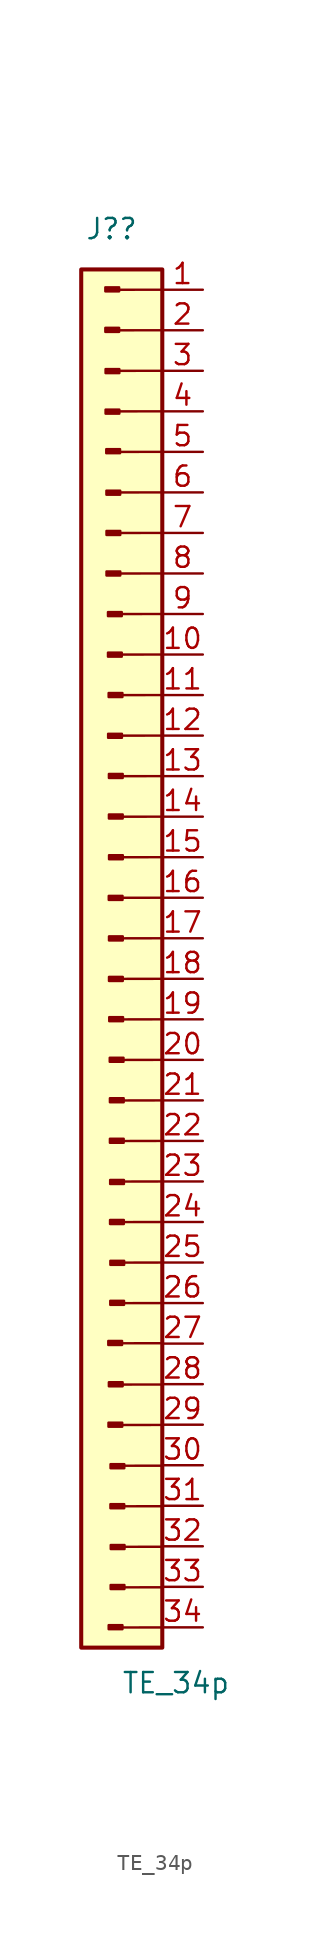
<source format=kicad_sym>
(kicad_symbol_lib
  (version 20211014)
  (generator kicad_symbol_editor)
  (symbol "TE_34p"
    (property "Reference" "J?"
      (at -3.175 3.81 0)
      (effects (font (size 1.27 1.27))))
    (property "Value" "TE_34p"
      (at 0.857 -87.307 0)
      (effects (font (size 1.27 1.27))))
    (symbol "TE_34p_0_1"
      (rectangle (start -5.08 1.27) (end 0 -85.09) (stroke (width 0.254) (type default) (color 0 0 0 0)) (fill (type background)))
      (polyline (pts (xy -0.124 -66.015) (xy -2.764 -66.018)) (stroke (width 0) (type default) (color 0 0 0 0)) (fill (type none)))
      (polyline (pts (xy -0.112 -71.136) (xy -2.752 -71.139)) (stroke (width 0) (type default) (color 0 0 0 0)) (fill (type none)))
      (polyline (pts (xy -0.1 -83.824) (xy -2.74 -83.827)) (stroke (width 0) (type default) (color 0 0 0 0)) (fill (type none)))
      (polyline (pts (xy -0.088 -68.603) (xy -2.728 -68.606)) (stroke (width 0) (type default) (color 0 0 0 0)) (fill (type none)))
      (polyline (pts (xy 0 -63.5) (xy -2.64 -63.503)) (stroke (width 0) (type default) (color 0 0 0 0)) (fill (type none)))
      (polyline (pts (xy 0 -60.96) (xy -2.64 -60.963)) (stroke (width 0) (type default) (color 0 0 0 0)) (fill (type none)))
      (polyline (pts (xy 0 -58.42) (xy -2.64 -58.423)) (stroke (width 0) (type default) (color 0 0 0 0)) (fill (type none)))
      (polyline (pts (xy 0 -55.88) (xy -2.64 -55.883)) (stroke (width 0) (type default) (color 0 0 0 0)) (fill (type none)))
      (polyline (pts (xy 0 -53.34) (xy -2.64 -53.343)) (stroke (width 0) (type default) (color 0 0 0 0)) (fill (type none)))
      (polyline (pts (xy 0 -50.8) (xy -2.64 -50.803)) (stroke (width 0) (type default) (color 0 0 0 0)) (fill (type none)))
      (polyline (pts (xy 0 -48.26) (xy -2.64 -48.263)) (stroke (width 0) (type default) (color 0 0 0 0)) (fill (type none)))
      (polyline (pts (xy 0 -45.72) (xy -2.64 -45.723)) (stroke (width 0) (type default) (color 0 0 0 0)) (fill (type none)))
      (polyline (pts (xy 0 -43.18) (xy -2.64 -43.183)) (stroke (width 0) (type default) (color 0 0 0 0)) (fill (type none)))
      (polyline (pts (xy 0 -40.64) (xy -2.64 -40.643)) (stroke (width 0) (type default) (color 0 0 0 0)) (fill (type none)))
      (polyline (pts (xy 0 -38.1) (xy -2.64 -38.103)) (stroke (width 0) (type default) (color 0 0 0 0)) (fill (type none)))
      (polyline (pts (xy 0 -35.56) (xy -2.64 -35.563)) (stroke (width 0) (type default) (color 0 0 0 0)) (fill (type none)))
      (polyline (pts (xy 0 -33.02) (xy -2.64 -33.023)) (stroke (width 0) (type default) (color 0 0 0 0)) (fill (type none)))
      (polyline (pts (xy 0 -30.48) (xy -2.64 -30.483)) (stroke (width 0) (type default) (color 0 0 0 0)) (fill (type none)))
      (polyline (pts (xy 0 -27.94) (xy -2.64 -27.943)) (stroke (width 0) (type default) (color 0 0 0 0)) (fill (type none)))
      (polyline (pts (xy 0 -25.4) (xy -2.64 -25.403)) (stroke (width 0) (type default) (color 0 0 0 0)) (fill (type none)))
      (polyline (pts (xy 0 -22.86) (xy -2.64 -22.863)) (stroke (width 0) (type default) (color 0 0 0 0)) (fill (type none)))
      (polyline (pts (xy 0 -20.32) (xy -2.64 -20.323)) (stroke (width 0) (type default) (color 0 0 0 0)) (fill (type none)))
      (polyline (pts (xy 0 -17.78) (xy -2.64 -17.783)) (stroke (width 0) (type default) (color 0 0 0 0)) (fill (type none)))
      (polyline (pts (xy 0 -15.24) (xy -2.64 -15.243)) (stroke (width 0) (type default) (color 0 0 0 0)) (fill (type none)))
      (polyline (pts (xy 0 -12.7) (xy -2.64 -12.703)) (stroke (width 0) (type default) (color 0 0 0 0)) (fill (type none)))
      (polyline (pts (xy 0 -10.16) (xy -2.64 -10.163)) (stroke (width 0) (type default) (color 0 0 0 0)) (fill (type none)))
      (polyline (pts (xy 0 -7.62) (xy -2.64 -7.623)) (stroke (width 0) (type default) (color 0 0 0 0)) (fill (type none)))
      (polyline (pts (xy 0 -5.08) (xy -2.64 -5.083)) (stroke (width 0) (type default) (color 0 0 0 0)) (fill (type none)))
      (polyline (pts (xy 0 -2.54) (xy -2.64 -2.543)) (stroke (width 0) (type default) (color 0 0 0 0)) (fill (type none)))
      (polyline (pts (xy 0 0) (xy -2.64 -0.003)) (stroke (width 0) (type default) (color 0 0 0 0)) (fill (type none)))
      (polyline (pts (xy 0.024 -81.309) (xy -2.616 -81.312)) (stroke (width 0) (type default) (color 0 0 0 0)) (fill (type none)))
      (polyline (pts (xy 0.024 -78.769) (xy -2.616 -78.772)) (stroke (width 0) (type default) (color 0 0 0 0)) (fill (type none)))
      (polyline (pts (xy 0.024 -76.229) (xy -2.616 -76.232)) (stroke (width 0) (type default) (color 0 0 0 0)) (fill (type none)))
      (polyline (pts (xy 0.024 -73.689) (xy -2.616 -73.692)) (stroke (width 0) (type default) (color 0 0 0 0)) (fill (type none))))
    (symbol "TE_34p_1_1"
      (rectangle (start -2.705 -2.389) (end -3.569 -2.643) (stroke (width 0.152) (type default) (color 0 0 0 0)) (fill (type outline)))
      (rectangle (start -2.705 0.15) (end -3.569 -0.103) (stroke (width 0.152) (type default) (color 0 0 0 0)) (fill (type outline)))
      (rectangle (start -2.691 -7.513) (end -3.554 -7.766) (stroke (width 0.152) (type default) (color 0 0 0 0)) (fill (type outline)))
      (rectangle (start -2.691 -4.973) (end -3.554 -5.226) (stroke (width 0.152) (type default) (color 0 0 0 0)) (fill (type outline)))
      (rectangle (start -2.648 -9.991) (end -3.511 -10.245) (stroke (width 0.152) (type default) (color 0 0 0 0)) (fill (type outline)))
      (rectangle (start -2.638 -12.591) (end -3.501 -12.845) (stroke (width 0.152) (type default) (color 0 0 0 0)) (fill (type outline)))
      (rectangle (start -2.633 -17.654) (end -3.496 -17.908) (stroke (width 0.152) (type default) (color 0 0 0 0)) (fill (type outline)))
      (rectangle (start -2.633 -15.114) (end -3.496 -15.368) (stroke (width 0.152) (type default) (color 0 0 0 0)) (fill (type outline)))
      (rectangle (start -2.539 -22.74) (end -3.403 -22.994) (stroke (width 0.152) (type default) (color 0 0 0 0)) (fill (type outline)))
      (rectangle (start -2.539 -20.2) (end -3.403 -20.454) (stroke (width 0.152) (type default) (color 0 0 0 0)) (fill (type outline)))
      (rectangle (start -2.53 -27.826) (end -3.394 -28.079) (stroke (width 0.152) (type default) (color 0 0 0 0)) (fill (type outline)))
      (rectangle (start -2.521 -65.872) (end -3.384 -66.126) (stroke (width 0.152) (type default) (color 0 0 0 0)) (fill (type outline)))
      (rectangle (start -2.509 -70.993) (end -3.372 -71.247) (stroke (width 0.152) (type default) (color 0 0 0 0)) (fill (type outline)))
      (rectangle (start -2.498 -25.27) (end -3.362 -25.524) (stroke (width 0.152) (type default) (color 0 0 0 0)) (fill (type outline)))
      (rectangle (start -2.497 -83.681) (end -3.36 -83.935) (stroke (width 0.152) (type default) (color 0 0 0 0)) (fill (type outline)))
      (rectangle (start -2.491 -37.983) (end -3.355 -38.237) (stroke (width 0.152) (type default) (color 0 0 0 0)) (fill (type outline)))
      (rectangle (start -2.485 -68.46) (end -3.348 -68.714) (stroke (width 0.152) (type default) (color 0 0 0 0)) (fill (type outline)))
      (rectangle (start -2.481 -32.882) (end -3.345 -33.136) (stroke (width 0.152) (type default) (color 0 0 0 0)) (fill (type outline)))
      (rectangle (start -2.481 -30.342) (end -3.345 -30.596) (stroke (width 0.152) (type default) (color 0 0 0 0)) (fill (type outline)))
      (rectangle (start -2.476 -43.061) (end -3.34 -43.315) (stroke (width 0.152) (type default) (color 0 0 0 0)) (fill (type outline)))
      (rectangle (start -2.476 -40.521) (end -3.34 -40.775) (stroke (width 0.152) (type default) (color 0 0 0 0)) (fill (type outline)))
      (rectangle (start -2.473 -35.434) (end -3.337 -35.688) (stroke (width 0.152) (type default) (color 0 0 0 0)) (fill (type outline)))
      (rectangle (start -2.46 -45.582) (end -3.324 -45.836) (stroke (width 0.152) (type default) (color 0 0 0 0)) (fill (type outline)))
      (rectangle (start -2.43 -48.127) (end -3.293 -48.381) (stroke (width 0.152) (type default) (color 0 0 0 0)) (fill (type outline)))
      (rectangle (start -2.419 -53.202) (end -3.282 -53.456) (stroke (width 0.152) (type default) (color 0 0 0 0)) (fill (type outline)))
      (rectangle (start -2.419 -50.662) (end -3.282 -50.916) (stroke (width 0.152) (type default) (color 0 0 0 0)) (fill (type outline)))
      (rectangle (start -2.41 -58.292) (end -3.274 -58.546) (stroke (width 0.152) (type default) (color 0 0 0 0)) (fill (type outline)))
      (rectangle (start -2.404 -55.785) (end -3.267 -56.039) (stroke (width 0.152) (type default) (color 0 0 0 0)) (fill (type outline)))
      (rectangle (start -2.397 -63.357) (end -3.26 -63.611) (stroke (width 0.152) (type default) (color 0 0 0 0)) (fill (type outline)))
      (rectangle (start -2.39 -60.85) (end -3.254 -61.104) (stroke (width 0.152) (type default) (color 0 0 0 0)) (fill (type outline)))
      (rectangle (start -2.386 -76.1) (end -3.25 -76.355) (stroke (width 0.152) (type default) (color 0 0 0 0)) (fill (type outline)))
      (rectangle (start -2.38 -73.594) (end -3.243 -73.848) (stroke (width 0.152) (type default) (color 0 0 0 0)) (fill (type outline)))
      (rectangle (start -2.373 -81.165) (end -3.236 -81.419) (stroke (width 0.152) (type default) (color 0 0 0 0)) (fill (type outline)))
      (rectangle (start -2.366 -78.659) (end -3.23 -78.913) (stroke (width 0.152) (type default) (color 0 0 0 0)) (fill (type outline)))
      (pin bidirectional line (at 2.54 0 180) (length 2.54) (name "" (effects (font (size 1.27 1.27)))) (number "1" (effects (font (size 1.27 1.27)))))
      (pin bidirectional line (at 2.54 -22.86 180) (length 2.54) (name "" (effects (font (size 1.27 1.27)))) (number "10" (effects (font (size 1.27 1.27)))))
      (pin bidirectional line (at 2.54 -25.4 180) (length 2.54) (name "" (effects (font (size 1.27 1.27)))) (number "11" (effects (font (size 1.27 1.27)))))
      (pin bidirectional line (at 2.54 -27.94 180) (length 2.54) (name "" (effects (font (size 1.27 1.27)))) (number "12" (effects (font (size 1.27 1.27)))))
      (pin bidirectional line (at 2.54 -30.48 180) (length 2.54) (name "" (effects (font (size 1.27 1.27)))) (number "13" (effects (font (size 1.27 1.27)))))
      (pin bidirectional line (at 2.54 -33.02 180) (length 2.54) (name "" (effects (font (size 1.27 1.27)))) (number "14" (effects (font (size 1.27 1.27)))))
      (pin bidirectional line (at 2.54 -35.56 180) (length 2.54) (name "" (effects (font (size 1.27 1.27)))) (number "15" (effects (font (size 1.27 1.27)))))
      (pin bidirectional line (at 2.54 -38.1 180) (length 2.54) (name "" (effects (font (size 1.27 1.27)))) (number "16" (effects (font (size 1.27 1.27)))))
      (pin bidirectional line (at 2.54 -40.64 180) (length 2.54) (name "" (effects (font (size 1.27 1.27)))) (number "17" (effects (font (size 1.27 1.27)))))
      (pin bidirectional line (at 2.54 -43.18 180) (length 2.54) (name "" (effects (font (size 1.27 1.27)))) (number "18" (effects (font (size 1.27 1.27)))))
      (pin bidirectional line (at 2.54 -45.72 180) (length 2.54) (name "" (effects (font (size 1.27 1.27)))) (number "19" (effects (font (size 1.27 1.27)))))
      (pin bidirectional line (at 2.54 -2.54 180) (length 2.54) (name "" (effects (font (size 1.27 1.27)))) (number "2" (effects (font (size 1.27 1.27)))))
      (pin bidirectional line (at 2.54 -48.26 180) (length 2.54) (name "" (effects (font (size 1.27 1.27)))) (number "20" (effects (font (size 1.27 1.27)))))
      (pin bidirectional line (at 2.54 -50.8 180) (length 2.54) (name "" (effects (font (size 1.27 1.27)))) (number "21" (effects (font (size 1.27 1.27)))))
      (pin bidirectional line (at 2.54 -53.34 180) (length 2.54) (name "" (effects (font (size 1.27 1.27)))) (number "22" (effects (font (size 1.27 1.27)))))
      (pin bidirectional line (at 2.54 -55.88 180) (length 2.54) (name "" (effects (font (size 1.27 1.27)))) (number "23" (effects (font (size 1.27 1.27)))))
      (pin bidirectional line (at 2.54 -58.42 180) (length 2.54) (name "" (effects (font (size 1.27 1.27)))) (number "24" (effects (font (size 1.27 1.27)))))
      (pin bidirectional line (at 2.54 -60.96 180) (length 2.54) (name "" (effects (font (size 1.27 1.27)))) (number "25" (effects (font (size 1.27 1.27)))))
      (pin bidirectional line (at 2.54 -63.5 180) (length 2.54) (name "" (effects (font (size 1.27 1.27)))) (number "26" (effects (font (size 1.27 1.27)))))
      (pin bidirectional line (at 2.54 -66.04 180) (length 2.54) (name "" (effects (font (size 1.27 1.27)))) (number "27" (effects (font (size 1.27 1.27)))))
      (pin bidirectional line (at 2.54 -68.58 180) (length 2.54) (name "" (effects (font (size 1.27 1.27)))) (number "28" (effects (font (size 1.27 1.27)))))
      (pin bidirectional line (at 2.54 -71.12 180) (length 2.54) (name "" (effects (font (size 1.27 1.27)))) (number "29" (effects (font (size 1.27 1.27)))))
      (pin bidirectional line (at 2.54 -5.08 180) (length 2.54) (name "" (effects (font (size 1.27 1.27)))) (number "3" (effects (font (size 1.27 1.27)))))
      (pin bidirectional line (at 2.54 -73.66 180) (length 2.54) (name "" (effects (font (size 1.27 1.27)))) (number "30" (effects (font (size 1.27 1.27)))))
      (pin bidirectional line (at 2.54 -76.2 180) (length 2.54) (name "" (effects (font (size 1.27 1.27)))) (number "31" (effects (font (size 1.27 1.27)))))
      (pin bidirectional line (at 2.54 -78.74 180) (length 2.54) (name "" (effects (font (size 1.27 1.27)))) (number "32" (effects (font (size 1.27 1.27)))))
      (pin bidirectional line (at 2.54 -81.28 180) (length 2.54) (name "" (effects (font (size 1.27 1.27)))) (number "33" (effects (font (size 1.27 1.27)))))
      (pin bidirectional line (at 2.54 -83.82 180) (length 2.54) (name "" (effects (font (size 1.27 1.27)))) (number "34" (effects (font (size 1.27 1.27)))))
      (pin bidirectional line (at 2.54 -7.62 180) (length 2.54) (name "" (effects (font (size 1.27 1.27)))) (number "4" (effects (font (size 1.27 1.27)))))
      (pin bidirectional line (at 2.54 -10.16 180) (length 2.54) (name "" (effects (font (size 1.27 1.27)))) (number "5" (effects (font (size 1.27 1.27)))))
      (pin bidirectional line (at 2.54 -12.7 180) (length 2.54) (name "" (effects (font (size 1.27 1.27)))) (number "6" (effects (font (size 1.27 1.27)))))
      (pin bidirectional line (at 2.54 -15.24 180) (length 2.54) (name "" (effects (font (size 1.27 1.27)))) (number "7" (effects (font (size 1.27 1.27)))))
      (pin bidirectional line (at 2.54 -17.78 180) (length 2.54) (name "" (effects (font (size 1.27 1.27)))) (number "8" (effects (font (size 1.27 1.27)))))
      (pin bidirectional line (at 2.54 -20.32 180) (length 2.54) (name "" (effects (font (size 1.27 1.27)))) (number "9" (effects (font (size 1.27 1.27))))))))
</source>
